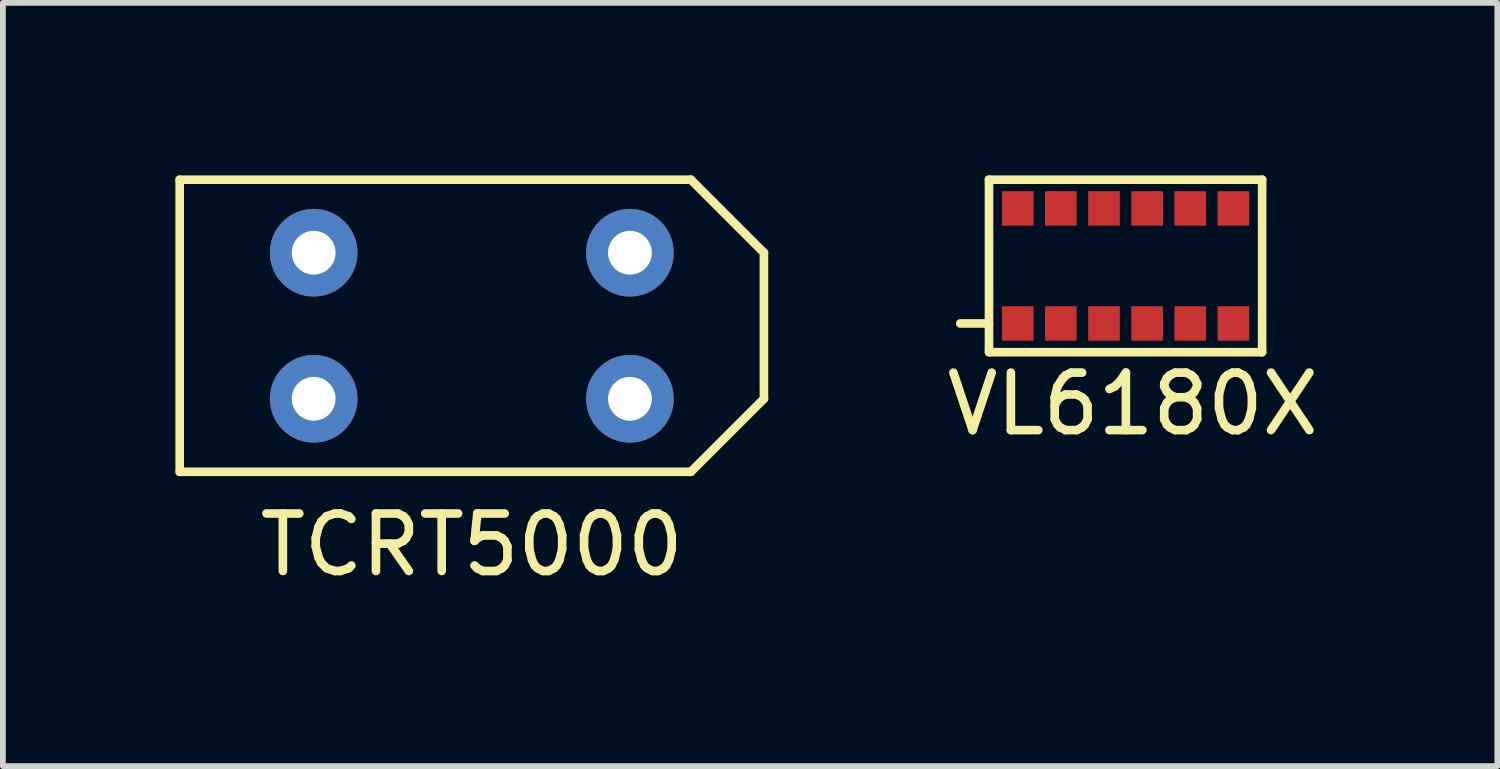
<source format=kicad_pcb>
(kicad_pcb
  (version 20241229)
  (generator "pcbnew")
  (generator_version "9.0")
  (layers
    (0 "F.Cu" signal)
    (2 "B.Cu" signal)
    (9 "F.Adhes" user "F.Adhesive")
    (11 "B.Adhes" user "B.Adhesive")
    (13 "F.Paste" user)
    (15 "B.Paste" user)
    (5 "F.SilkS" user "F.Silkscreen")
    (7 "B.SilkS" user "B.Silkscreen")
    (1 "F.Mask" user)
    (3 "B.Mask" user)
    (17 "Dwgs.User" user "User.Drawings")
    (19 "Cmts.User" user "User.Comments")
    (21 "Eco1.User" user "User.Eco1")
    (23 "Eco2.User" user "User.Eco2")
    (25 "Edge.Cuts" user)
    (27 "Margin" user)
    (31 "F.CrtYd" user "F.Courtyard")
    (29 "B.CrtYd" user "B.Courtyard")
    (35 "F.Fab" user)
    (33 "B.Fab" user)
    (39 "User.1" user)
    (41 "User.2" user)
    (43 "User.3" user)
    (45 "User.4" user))
  (footprint "TCRT5000"
    (layer "F.Cu")
    (at 5.155 2.615)
    (property "Reference" "TCRT5000" (at 0 3.81 0) (layer "F.SilkS") (effects (font (size 1 1) (thickness 0.15))))
    (attr through_hole)
    (fp_line (start -5.08 -2.54) (end -5.08 2.54) (stroke (width 0.15) (type solid)) (layer "F.SilkS"))
    (fp_line (start -5.08 2.54) (end 3.81 2.54) (stroke (width 0.15) (type solid)) (layer "F.SilkS"))
    (fp_line (start 3.81 -2.54) (end -5.08 -2.54) (stroke (width 0.15) (type solid)) (layer "F.SilkS"))
    (fp_line (start 3.81 2.54) (end 5.08 1.27) (stroke (width 0.15) (type solid)) (layer "F.SilkS"))
    (fp_line (start 5.08 -1.27) (end 3.81 -2.54) (stroke (width 0.15) (type solid)) (layer "F.SilkS"))
    (fp_line (start 5.08 1.27) (end 5.08 -1.27) (stroke (width 0.15) (type solid)) (layer "F.SilkS"))
    (pad "1" thru_hole circle (at -2.75 -1.27) (size 1.524 1.524) (drill 0.762) (layers "*.Cu" "*.Mask"))
    (pad "2" thru_hole circle (at 2.75 -1.27) (size 1.524 1.524) (drill 0.762) (layers "*.Cu" "*.Mask"))
    (pad "3" thru_hole circle (at -2.75 1.27) (size 1.524 1.524) (drill 0.762) (layers "*.Cu" "*.Mask"))
    (pad "4" thru_hole circle (at 2.75 1.27) (size 1.524 1.524) (drill 0.762) (layers "*.Cu" "*.Mask")))
  (footprint "VL6180X"
    (layer "F.Cu")
    (at 16.649 1.575)
    (property "Reference" "VL6180X" (at 0 2.4 0) (layer "F.SilkS") (effects (font (size 1 1) (thickness 0.15))))
    (attr through_hole)
    (fp_line (start -3 1) (end -2.5 1) (stroke (width 0.15) (type solid)) (layer "F.SilkS"))
    (fp_line (start -2.5 -1.5) (end 2.25 -1.5) (stroke (width 0.15) (type solid)) (layer "F.SilkS"))
    (fp_line (start -2.5 1.5) (end -2.5 -1.5) (stroke (width 0.15) (type solid)) (layer "F.SilkS"))
    (fp_line (start 2.25 -1.5) (end 2.25 1.5) (stroke (width 0.15) (type solid)) (layer "F.SilkS"))
    (fp_line (start 2.25 1.5) (end -2.5 1.5) (stroke (width 0.15) (type solid)) (layer "F.SilkS"))
    (pad "1" smd rect (at -2 1) (size 0.55 0.6) (layers "F.Cu" "F.Mask" "F.Paste"))
    (pad "2" smd rect (at -1.25 1) (size 0.55 0.6) (layers "F.Cu" "F.Mask" "F.Paste"))
    (pad "3" smd rect (at -0.5 1) (size 0.55 0.6) (layers "F.Cu" "F.Mask" "F.Paste"))
    (pad "4" smd rect (at 0.25 1) (size 0.55 0.6) (layers "F.Cu" "F.Mask" "F.Paste"))
    (pad "5" smd rect (at 1 1) (size 0.55 0.6) (layers "F.Cu" "F.Mask" "F.Paste"))
    (pad "6" smd rect (at 1.75 1) (size 0.55 0.6) (layers "F.Cu" "F.Mask" "F.Paste"))
    (pad "7" smd rect (at 1.75 -1) (size 0.55 0.6) (layers "F.Cu" "F.Mask" "F.Paste"))
    (pad "8" smd rect (at 1 -1) (size 0.55 0.6) (layers "F.Cu" "F.Mask" "F.Paste"))
    (pad "9" smd rect (at 0.25 -1) (size 0.55 0.6) (layers "F.Cu" "F.Mask" "F.Paste"))
    (pad "10" smd rect (at -0.5 -1) (size 0.55 0.6) (layers "F.Cu" "F.Mask" "F.Paste"))
    (pad "11" smd rect (at -1.25 -1) (size 0.55 0.6) (layers "F.Cu" "F.Mask" "F.Paste"))
    (pad "12" smd rect (at -2 -1) (size 0.55 0.6) (layers "F.Cu" "F.Mask" "F.Paste")))
  (gr_rect
    (start -3 -3)
    (end 22.989 10.273)
    (stroke (width 0.1) (type default))
    (fill no)
    (layer "Edge.Cuts")))
</source>
